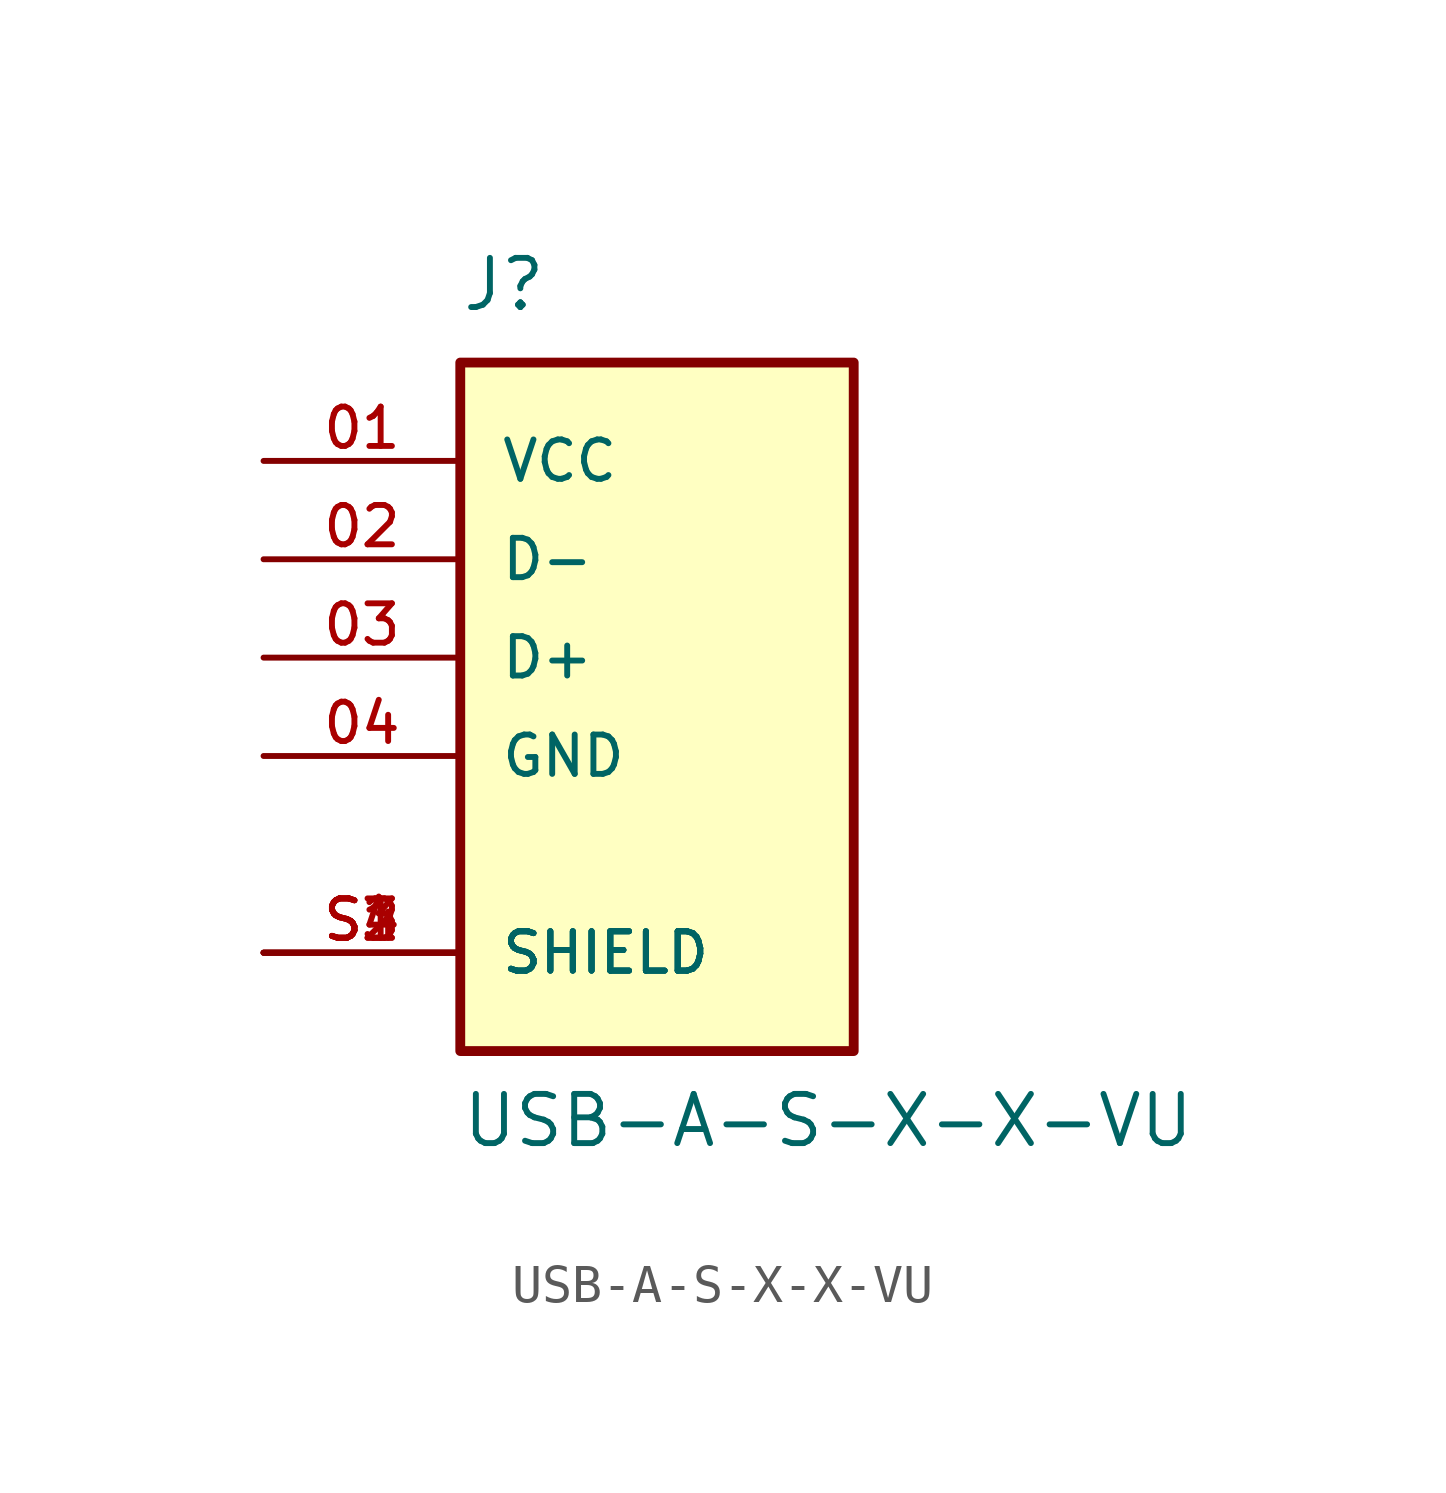
<source format=kicad_sym>
(kicad_symbol_lib
  (version 20211014)
  (generator kicad_symbol_editor)
  (symbol "USB-A-S-X-X-VU"
    (pin_names
      (offset 1.016))
    (property "Reference" "J"
      (at -5.08 8.89 0)
      (effects (font (size 1.27 1.27)) (justify bottom left)))
    (property "Value" "USB-A-S-X-X-VU"
      (at -5.08 -12.7 0)
      (effects (font (size 1.27 1.27)) (justify bottom left)))
    (symbol "USB-A-S-X-X-VU_0_0"
      (rectangle (start -5.08 -10.16) (end 5.08 7.62) (stroke (width 0.254)) (fill (type background)))
      (pin power_in line (at -10.16 5.08 0) (length 5.08) (name "VCC" (effects (font (size 1.016 1.016)))) (number "01" (effects (font (size 1.016 1.016)))))
      (pin bidirectional line (at -10.16 2.54 0) (length 5.08) (name "D-" (effects (font (size 1.016 1.016)))) (number "02" (effects (font (size 1.016 1.016)))))
      (pin bidirectional line (at -10.16 0.0 0) (length 5.08) (name "D+" (effects (font (size 1.016 1.016)))) (number "03" (effects (font (size 1.016 1.016)))))
      (pin power_in line (at -10.16 -2.54 0) (length 5.08) (name "GND" (effects (font (size 1.016 1.016)))) (number "04" (effects (font (size 1.016 1.016)))))
      (pin passive line (at -10.16 -7.62 0) (length 5.08) (name "SHIELD" (effects (font (size 1.016 1.016)))) (number "S1" (effects (font (size 1.016 1.016)))))
      (pin passive line (at -10.16 -7.62 0) (length 5.08) (name "SHIELD" (effects (font (size 1.016 1.016)))) (number "S2" (effects (font (size 1.016 1.016)))))
      (pin passive line (at -10.16 -7.62 0) (length 5.08) (name "SHIELD" (effects (font (size 1.016 1.016)))) (number "S3" (effects (font (size 1.016 1.016)))))
      (pin passive line (at -10.16 -7.62 0) (length 5.08) (name "SHIELD" (effects (font (size 1.016 1.016)))) (number "S4" (effects (font (size 1.016 1.016))))))))
</source>
